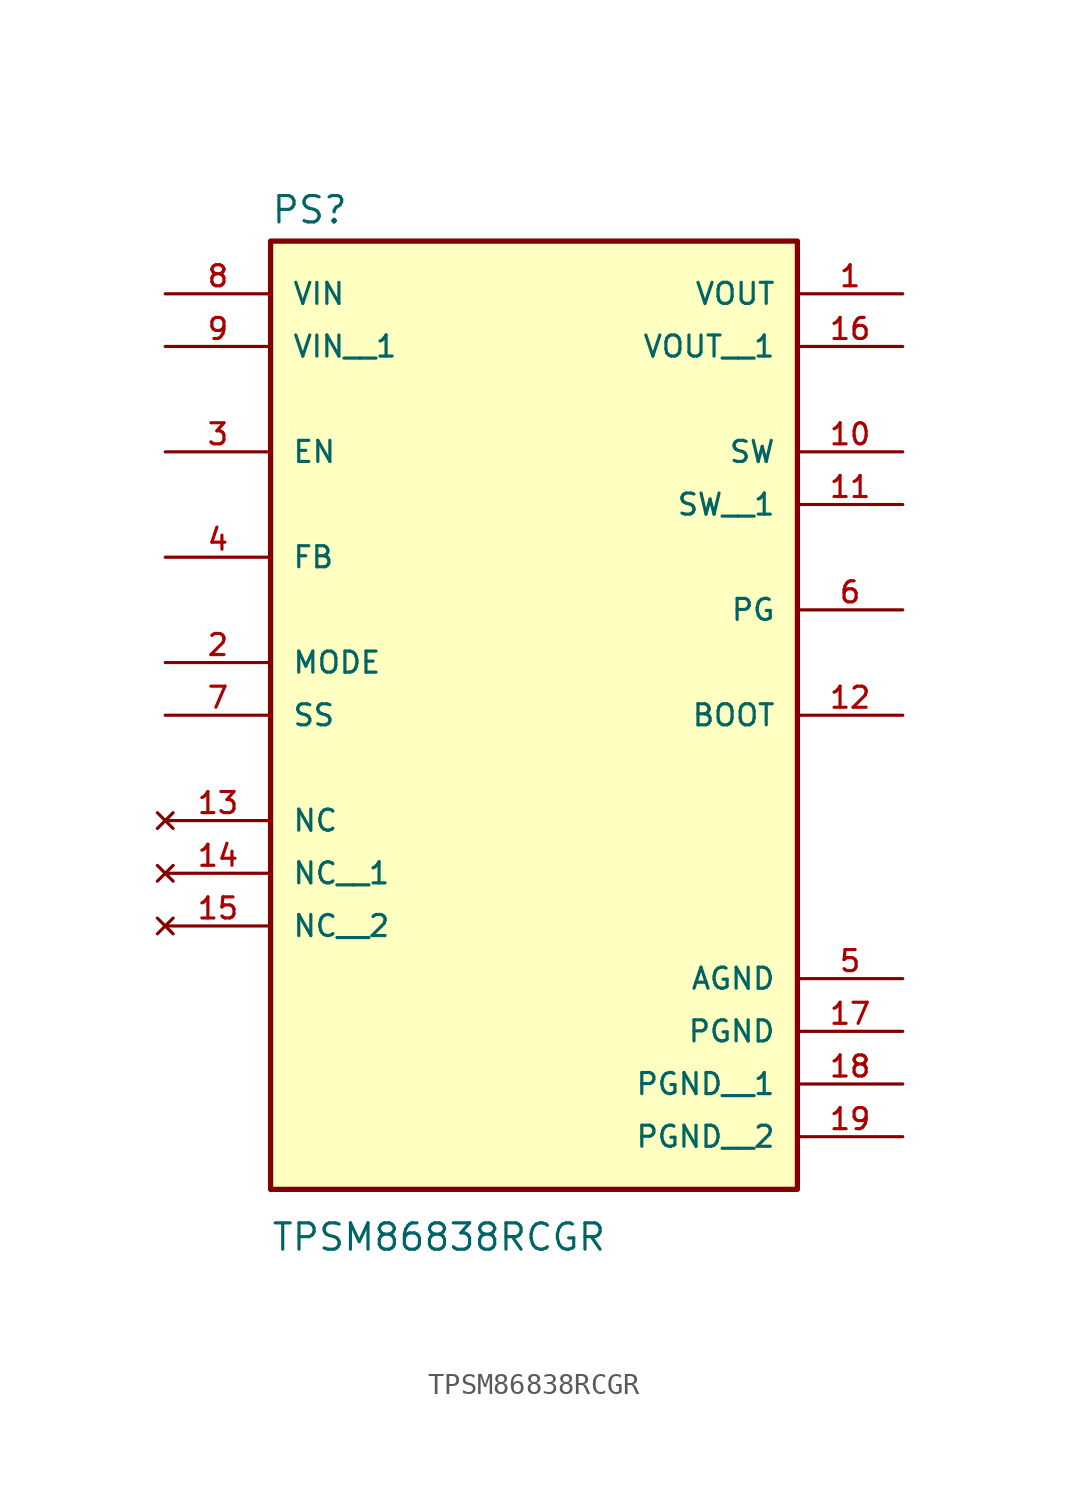
<source format=kicad_sym>
(kicad_symbol_lib
  (version 20211014)
  (generator kicad_symbol_editor)
  (symbol "TPSM86838RCGR"
    (pin_names
      (offset 1.016))
    (property "Reference" "PS"
      (at -12.7 16.002 0)
      (effects (font (size 1.27 1.27)) (justify bottom left)))
    (property "Value" "TPSM86838RCGR"
      (at -12.7 -33.528 0)
      (effects (font (size 1.27 1.27)) (justify bottom left)))
    (symbol "TPSM86838RCGR_0_0"
      (rectangle (start -12.7 -30.48) (end 12.7 15.24) (stroke (width 0.254)) (fill (type background)))
      (pin input line (at -17.78 12.7 0) (length 5.08) (name "VIN" (effects (font (size 1.016 1.016)))) (number "8" (effects (font (size 1.016 1.016)))))
      (pin output line (at 17.78 12.7 180.0) (length 5.08) (name "VOUT" (effects (font (size 1.016 1.016)))) (number "1" (effects (font (size 1.016 1.016)))))
      (pin no_connect line (at -17.78 -12.7 0) (length 5.08) (name "NC" (effects (font (size 1.016 1.016)))) (number "13" (effects (font (size 1.016 1.016)))))
      (pin input line (at -17.78 -5.08 0) (length 5.08) (name "MODE" (effects (font (size 1.016 1.016)))) (number "2" (effects (font (size 1.016 1.016)))))
      (pin input line (at -17.78 5.08 0) (length 5.08) (name "EN" (effects (font (size 1.016 1.016)))) (number "3" (effects (font (size 1.016 1.016)))))
      (pin input line (at -17.78 0.0 0) (length 5.08) (name "FB" (effects (font (size 1.016 1.016)))) (number "4" (effects (font (size 1.016 1.016)))))
      (pin power_in line (at 17.78 -20.32 180.0) (length 5.08) (name "AGND" (effects (font (size 1.016 1.016)))) (number "5" (effects (font (size 1.016 1.016)))))
      (pin output line (at 17.78 -2.54 180.0) (length 5.08) (name "PG" (effects (font (size 1.016 1.016)))) (number "6" (effects (font (size 1.016 1.016)))))
      (pin input line (at -17.78 -7.62 0) (length 5.08) (name "SS" (effects (font (size 1.016 1.016)))) (number "7" (effects (font (size 1.016 1.016)))))
      (pin output line (at 17.78 5.08 180.0) (length 5.08) (name "SW" (effects (font (size 1.016 1.016)))) (number "10" (effects (font (size 1.016 1.016)))))
      (pin bidirectional line (at 17.78 -7.62 180.0) (length 5.08) (name "BOOT" (effects (font (size 1.016 1.016)))) (number "12" (effects (font (size 1.016 1.016)))))
      (pin power_in line (at 17.78 -22.86 180.0) (length 5.08) (name "PGND" (effects (font (size 1.016 1.016)))) (number "17" (effects (font (size 1.016 1.016)))))
      (pin input line (at -17.78 10.16 0) (length 5.08) (name "VIN__1" (effects (font (size 1.016 1.016)))) (number "9" (effects (font (size 1.016 1.016)))))
      (pin no_connect line (at -17.78 -15.24 0) (length 5.08) (name "NC__1" (effects (font (size 1.016 1.016)))) (number "14" (effects (font (size 1.016 1.016)))))
      (pin no_connect line (at -17.78 -17.78 0) (length 5.08) (name "NC__2" (effects (font (size 1.016 1.016)))) (number "15" (effects (font (size 1.016 1.016)))))
      (pin output line (at 17.78 10.16 180.0) (length 5.08) (name "VOUT__1" (effects (font (size 1.016 1.016)))) (number "16" (effects (font (size 1.016 1.016)))))
      (pin output line (at 17.78 2.54 180.0) (length 5.08) (name "SW__1" (effects (font (size 1.016 1.016)))) (number "11" (effects (font (size 1.016 1.016)))))
      (pin power_in line (at 17.78 -25.4 180.0) (length 5.08) (name "PGND__1" (effects (font (size 1.016 1.016)))) (number "18" (effects (font (size 1.016 1.016)))))
      (pin power_in line (at 17.78 -27.94 180.0) (length 5.08) (name "PGND__2" (effects (font (size 1.016 1.016)))) (number "19" (effects (font (size 1.016 1.016))))))))
</source>
